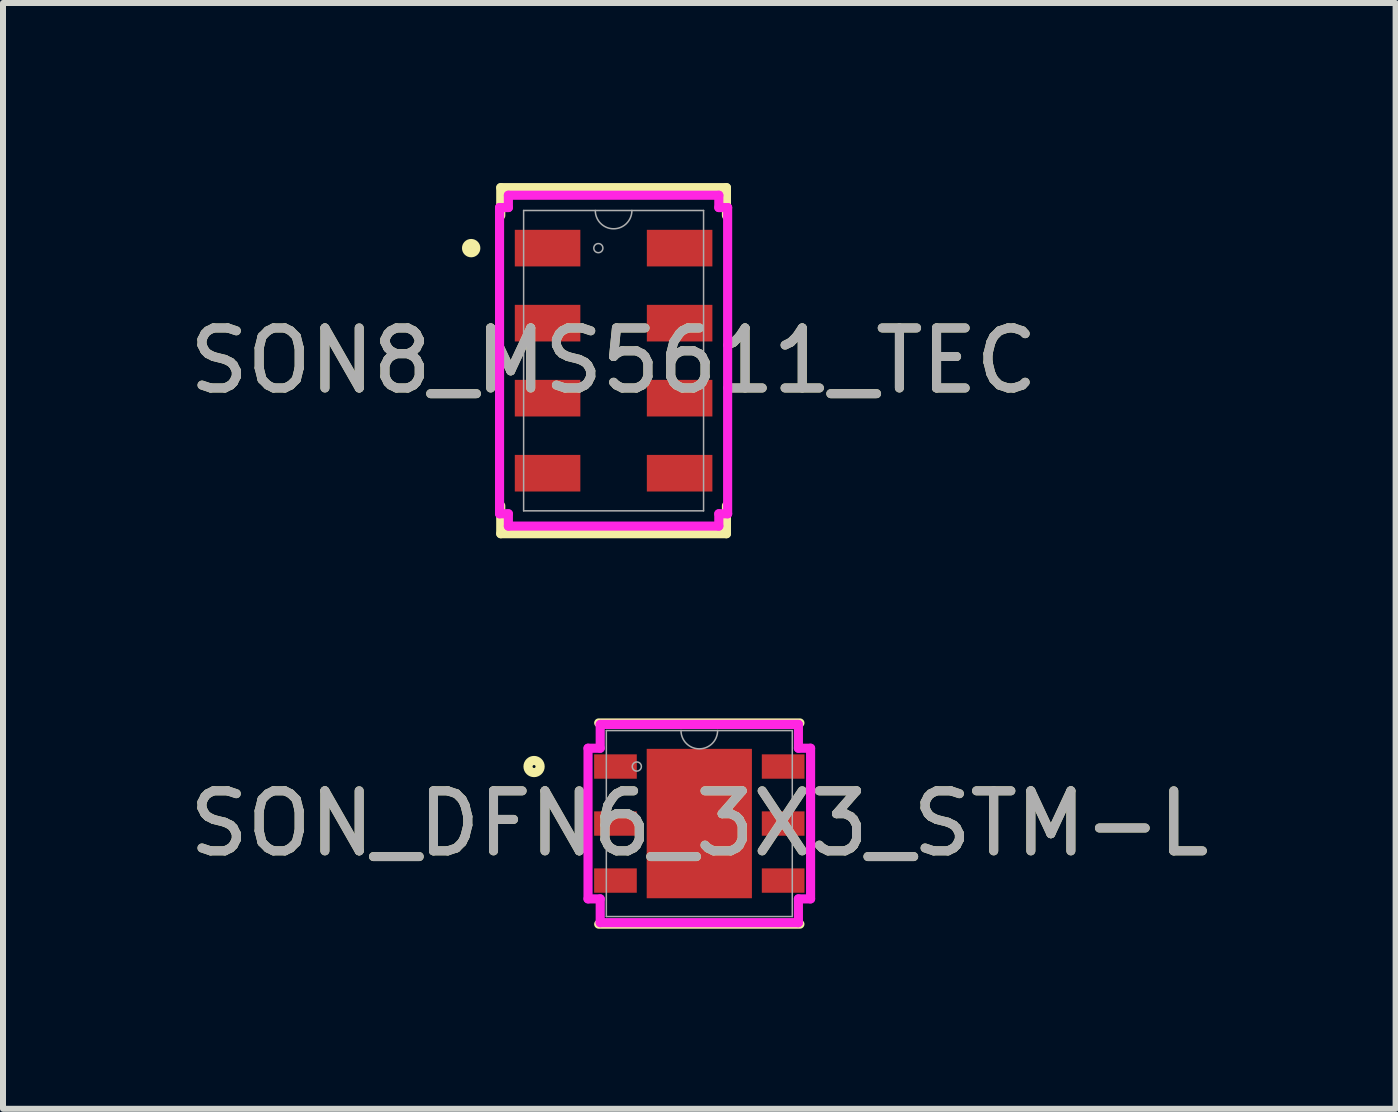
<source format=kicad_pcb>
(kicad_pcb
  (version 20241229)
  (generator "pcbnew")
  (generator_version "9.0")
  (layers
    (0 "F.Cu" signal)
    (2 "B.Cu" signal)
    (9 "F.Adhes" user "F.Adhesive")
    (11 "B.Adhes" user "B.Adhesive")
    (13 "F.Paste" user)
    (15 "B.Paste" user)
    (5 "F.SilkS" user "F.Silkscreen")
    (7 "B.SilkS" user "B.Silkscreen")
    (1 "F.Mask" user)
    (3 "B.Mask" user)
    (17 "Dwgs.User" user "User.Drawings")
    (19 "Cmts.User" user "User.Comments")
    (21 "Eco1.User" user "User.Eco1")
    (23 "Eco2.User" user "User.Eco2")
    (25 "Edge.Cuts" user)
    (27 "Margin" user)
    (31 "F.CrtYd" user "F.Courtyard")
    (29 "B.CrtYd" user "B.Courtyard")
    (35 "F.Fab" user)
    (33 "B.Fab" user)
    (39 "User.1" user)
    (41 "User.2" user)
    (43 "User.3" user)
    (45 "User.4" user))
  (footprint "SON8_MS5611_TEC"
    (layer "F.Cu")
    (at 7.173 2.959)
    (property "Reference" "SON8_MS5611_TEC" (at 0 0 0) (unlocked yes) (layer "F.SilkS") (effects (font (size 1 1) (thickness 0.15))))
    (attr smd)
    (fp_poly (pts (xy -1.646 -2.18) (xy -1.646 -1.57) (xy -0.554 -1.57) (xy -0.554 -2.18)) (stroke (width 0) (type solid)) (fill yes) (layer "F.Mask"))
    (fp_poly (pts (xy -1.646 -0.93) (xy -1.646 -0.32) (xy -0.554 -0.32) (xy -0.554 -0.93)) (stroke (width 0) (type solid)) (fill yes) (layer "F.Mask"))
    (fp_poly (pts (xy -1.646 0.32) (xy -1.646 0.93) (xy -0.554 0.93) (xy -0.554 0.32)) (stroke (width 0) (type solid)) (fill yes) (layer "F.Mask"))
    (fp_poly (pts (xy -1.646 1.57) (xy -1.646 2.18) (xy -0.554 2.18) (xy -0.554 1.57)) (stroke (width 0) (type solid)) (fill yes) (layer "F.Mask"))
    (fp_poly (pts (xy 0.554 -2.18) (xy 0.554 -1.57) (xy 1.646 -1.57) (xy 1.646 -2.18)) (stroke (width 0) (type solid)) (fill yes) (layer "F.Mask"))
    (fp_poly (pts (xy 0.554 -0.93) (xy 0.554 -0.32) (xy 1.646 -0.32) (xy 1.646 -0.93)) (stroke (width 0) (type solid)) (fill yes) (layer "F.Mask"))
    (fp_poly (pts (xy 0.554 0.32) (xy 0.554 0.93) (xy 1.646 0.93) (xy 1.646 0.32)) (stroke (width 0) (type solid)) (fill yes) (layer "F.Mask"))
    (fp_poly (pts (xy 0.554 1.57) (xy 0.554 2.18) (xy 1.646 2.18) (xy 1.646 1.57)) (stroke (width 0) (type solid)) (fill yes) (layer "F.Mask"))
    (fp_line (start -1.88 -2.883) (end -1.88 -2.417) (stroke (width 0.152) (type solid)) (layer "F.SilkS"))
    (fp_line (start -1.88 2.417) (end -1.88 2.883) (stroke (width 0.152) (type solid)) (layer "F.SilkS"))
    (fp_line (start -1.88 2.883) (end 1.88 2.883) (stroke (width 0.152) (type solid)) (layer "F.SilkS"))
    (fp_line (start 1.88 -2.883) (end -1.88 -2.883) (stroke (width 0.152) (type solid)) (layer "F.SilkS"))
    (fp_line (start 1.88 -2.417) (end 1.88 -2.883) (stroke (width 0.152) (type solid)) (layer "F.SilkS"))
    (fp_line (start 1.88 2.883) (end 1.88 2.417) (stroke (width 0.152) (type solid)) (layer "F.SilkS"))
    (fp_circle (center -2.373 -1.875) (end -2.296 -1.875) (stroke (width 0.152) (type solid)) (fill no) (layer "F.SilkS"))
    (fp_poly (pts (xy -1.646 -2.18) (xy -1.646 -1.57) (xy -0.554 -1.57) (xy -0.554 -2.18)) (stroke (width 0) (type solid)) (fill yes) (layer "F.Paste"))
    (fp_poly (pts (xy -1.646 -0.93) (xy -1.646 -0.32) (xy -0.554 -0.32) (xy -0.554 -0.93)) (stroke (width 0) (type solid)) (fill yes) (layer "F.Paste"))
    (fp_poly (pts (xy -1.646 0.32) (xy -1.646 0.93) (xy -0.554 0.93) (xy -0.554 0.32)) (stroke (width 0) (type solid)) (fill yes) (layer "F.Paste"))
    (fp_poly (pts (xy -1.646 1.57) (xy -1.646 2.18) (xy -0.554 2.18) (xy -0.554 1.57)) (stroke (width 0) (type solid)) (fill yes) (layer "F.Paste"))
    (fp_poly (pts (xy 0.554 -2.18) (xy 0.554 -1.57) (xy 1.646 -1.57) (xy 1.646 -2.18)) (stroke (width 0) (type solid)) (fill yes) (layer "F.Paste"))
    (fp_poly (pts (xy 0.554 -0.93) (xy 0.554 -0.32) (xy 1.646 -0.32) (xy 1.646 -0.93)) (stroke (width 0) (type solid)) (fill yes) (layer "F.Paste"))
    (fp_poly (pts (xy 0.554 0.32) (xy 0.554 0.93) (xy 1.646 0.93) (xy 1.646 0.32)) (stroke (width 0) (type solid)) (fill yes) (layer "F.Paste"))
    (fp_poly (pts (xy 0.554 1.57) (xy 0.554 2.18) (xy 1.646 2.18) (xy 1.646 1.57)) (stroke (width 0) (type solid)) (fill yes) (layer "F.Paste"))
    (fp_line (start -1.9 -2.551) (end -1.753 -2.551) (stroke (width 0.152) (type solid)) (layer "F.CrtYd"))
    (fp_line (start -1.9 2.551) (end -1.9 -2.551) (stroke (width 0.152) (type solid)) (layer "F.CrtYd"))
    (fp_line (start -1.9 2.551) (end -1.753 2.551) (stroke (width 0.152) (type solid)) (layer "F.CrtYd"))
    (fp_line (start -1.753 -2.756) (end 1.753 -2.756) (stroke (width 0.152) (type solid)) (layer "F.CrtYd"))
    (fp_line (start -1.753 -2.551) (end -1.753 -2.756) (stroke (width 0.152) (type solid)) (layer "F.CrtYd"))
    (fp_line (start -1.753 2.756) (end -1.753 2.551) (stroke (width 0.152) (type solid)) (layer "F.CrtYd"))
    (fp_line (start 1.753 -2.756) (end 1.753 -2.551) (stroke (width 0.152) (type solid)) (layer "F.CrtYd"))
    (fp_line (start 1.753 2.551) (end 1.753 2.756) (stroke (width 0.152) (type solid)) (layer "F.CrtYd"))
    (fp_line (start 1.753 2.756) (end -1.753 2.756) (stroke (width 0.152) (type solid)) (layer "F.CrtYd"))
    (fp_line (start 1.9 -2.551) (end 1.753 -2.551) (stroke (width 0.152) (type solid)) (layer "F.CrtYd"))
    (fp_line (start 1.9 -2.551) (end 1.9 2.551) (stroke (width 0.152) (type solid)) (layer "F.CrtYd"))
    (fp_line (start 1.9 2.551) (end 1.753 2.551) (stroke (width 0.152) (type solid)) (layer "F.CrtYd"))
    (fp_line (start -1.499 -2.502) (end -1.499 2.502) (stroke (width 0.025) (type solid)) (layer "F.Fab"))
    (fp_line (start -1.499 2.502) (end 1.499 2.502) (stroke (width 0.025) (type solid)) (layer "F.Fab"))
    (fp_line (start 1.499 -2.502) (end -1.499 -2.502) (stroke (width 0.025) (type solid)) (layer "F.Fab"))
    (fp_line (start 1.499 2.502) (end 1.499 -2.502) (stroke (width 0.025) (type solid)) (layer "F.Fab"))
    (fp_arc (start 0.3048 -2.5019) (mid 0 -2.1971) (end -0.3048 -2.5019) (stroke (width 0.0254) (type solid)) (layer "F.Fab"))
    (fp_circle (center -0.254 -1.875) (end -0.178 -1.875) (stroke (width 0.025) (type solid)) (fill no) (layer "F.Fab"))
    (fp_text user "${REFERENCE}" (at 0 0 0) (unlocked yes) (layer "F.Fab") (effects (font (size 1 1) (thickness 0.15))))
    (pad "1" smd rect (at -1.1 -1.875) (size 1.092 0.61) (layers "F.Cu" "F.Mask" "F.Paste"))
    (pad "2" smd rect (at -1.1 -0.625) (size 1.092 0.61) (layers "F.Cu" "F.Mask" "F.Paste"))
    (pad "3" smd rect (at -1.1 0.625) (size 1.092 0.61) (layers "F.Cu" "F.Mask" "F.Paste"))
    (pad "4" smd rect (at -1.1 1.875) (size 1.092 0.61) (layers "F.Cu" "F.Mask" "F.Paste"))
    (pad "5" smd rect (at 1.1 1.875) (size 1.092 0.61) (layers "F.Cu" "F.Mask" "F.Paste"))
    (pad "6" smd rect (at 1.1 0.625) (size 1.092 0.61) (layers "F.Cu" "F.Mask" "F.Paste"))
    (pad "7" smd rect (at 1.1 -0.625) (size 1.092 0.61) (layers "F.Cu" "F.Mask" "F.Paste"))
    (pad "8" smd rect (at 1.1 -1.875) (size 1.092 0.61) (layers "F.Cu" "F.Mask" "F.Paste")))
  (footprint "SON_DFN6_3X3_STM-L"
    (layer "F.Cu")
    (at 8.601 10.671)
    (property "Reference" "SON_DFN6_3X3_STM-L" (at 0 0 0) (unlocked yes) (layer "F.SilkS") (effects (font (size 1 1) (thickness 0.15))))
    (attr smd)
    (fp_line (start -1.676 1.676) (end 1.676 1.676) (stroke (width 0.152) (type solid)) (layer "F.SilkS"))
    (fp_line (start 1.676 -1.676) (end -1.676 -1.676) (stroke (width 0.152) (type solid)) (layer "F.SilkS"))
    (fp_circle (center -2.753 -0.95) (end -2.652 -0.95) (stroke (width 0.152) (type solid)) (fill no) (layer "F.SilkS"))
    (fp_line (start -1.854 -1.255) (end -1.651 -1.255) (stroke (width 0.152) (type solid)) (layer "F.CrtYd"))
    (fp_line (start -1.854 1.255) (end -1.854 -1.255) (stroke (width 0.152) (type solid)) (layer "F.CrtYd"))
    (fp_line (start -1.854 1.255) (end -1.651 1.255) (stroke (width 0.152) (type solid)) (layer "F.CrtYd"))
    (fp_line (start -1.651 -1.651) (end 1.651 -1.651) (stroke (width 0.152) (type solid)) (layer "F.CrtYd"))
    (fp_line (start -1.651 -1.255) (end -1.651 -1.651) (stroke (width 0.152) (type solid)) (layer "F.CrtYd"))
    (fp_line (start -1.651 1.651) (end -1.651 1.255) (stroke (width 0.152) (type solid)) (layer "F.CrtYd"))
    (fp_line (start 1.651 -1.651) (end 1.651 -1.255) (stroke (width 0.152) (type solid)) (layer "F.CrtYd"))
    (fp_line (start 1.651 1.255) (end 1.651 1.651) (stroke (width 0.152) (type solid)) (layer "F.CrtYd"))
    (fp_line (start 1.651 1.651) (end -1.651 1.651) (stroke (width 0.152) (type solid)) (layer "F.CrtYd"))
    (fp_line (start 1.854 -1.255) (end 1.651 -1.255) (stroke (width 0.152) (type solid)) (layer "F.CrtYd"))
    (fp_line (start 1.854 -1.255) (end 1.854 1.255) (stroke (width 0.152) (type solid)) (layer "F.CrtYd"))
    (fp_line (start 1.854 1.255) (end 1.651 1.255) (stroke (width 0.152) (type solid)) (layer "F.CrtYd"))
    (fp_line (start -1.549 -1.549) (end -1.549 1.549) (stroke (width 0.025) (type solid)) (layer "F.Fab"))
    (fp_line (start -1.549 1.549) (end 1.549 1.549) (stroke (width 0.025) (type solid)) (layer "F.Fab"))
    (fp_line (start 1.549 -1.549) (end -1.549 -1.549) (stroke (width 0.025) (type solid)) (layer "F.Fab"))
    (fp_line (start 1.549 1.549) (end 1.549 -1.549) (stroke (width 0.025) (type solid)) (layer "F.Fab"))
    (fp_arc (start 0.3048 -1.5494) (mid 0 -1.2446) (end -0.3048 -1.5494) (stroke (width 0.0254) (type solid)) (layer "F.Fab"))
    (fp_circle (center -1.041 -0.95) (end -0.965 -0.95) (stroke (width 0.025) (type solid)) (fill no) (layer "F.Fab"))
    (fp_text user "${REFERENCE}" (at 0 0 0) (unlocked yes) (layer "F.Fab") (effects (font (size 1 1) (thickness 0.15))))
    (pad "1" smd rect (at -1.397 -0.95) (size 0.711 0.406) (layers "F.Cu" "F.Mask" "F.Paste"))
    (pad "2" smd rect (at -1.397 0) (size 0.711 0.406) (layers "F.Cu" "F.Mask" "F.Paste"))
    (pad "3" smd rect (at -1.397 0.95) (size 0.711 0.406) (layers "F.Cu" "F.Mask" "F.Paste"))
    (pad "4" smd rect (at 1.397 0.95) (size 0.711 0.406) (layers "F.Cu" "F.Mask" "F.Paste"))
    (pad "5" smd rect (at 1.397 0) (size 0.711 0.406) (layers "F.Cu" "F.Mask" "F.Paste"))
    (pad "6" smd rect (at 1.397 -0.95) (size 0.711 0.406) (layers "F.Cu" "F.Mask" "F.Paste"))
    (pad "7" smd rect (at 0 0) (size 1.753 2.489) (layers "F.Cu" "F.Mask" "F.Paste")))
  (gr_rect
    (start -3 -3)
    (end 20.202 15.423)
    (stroke (width 0.1) (type default))
    (fill no)
    (layer "Edge.Cuts")))
</source>
